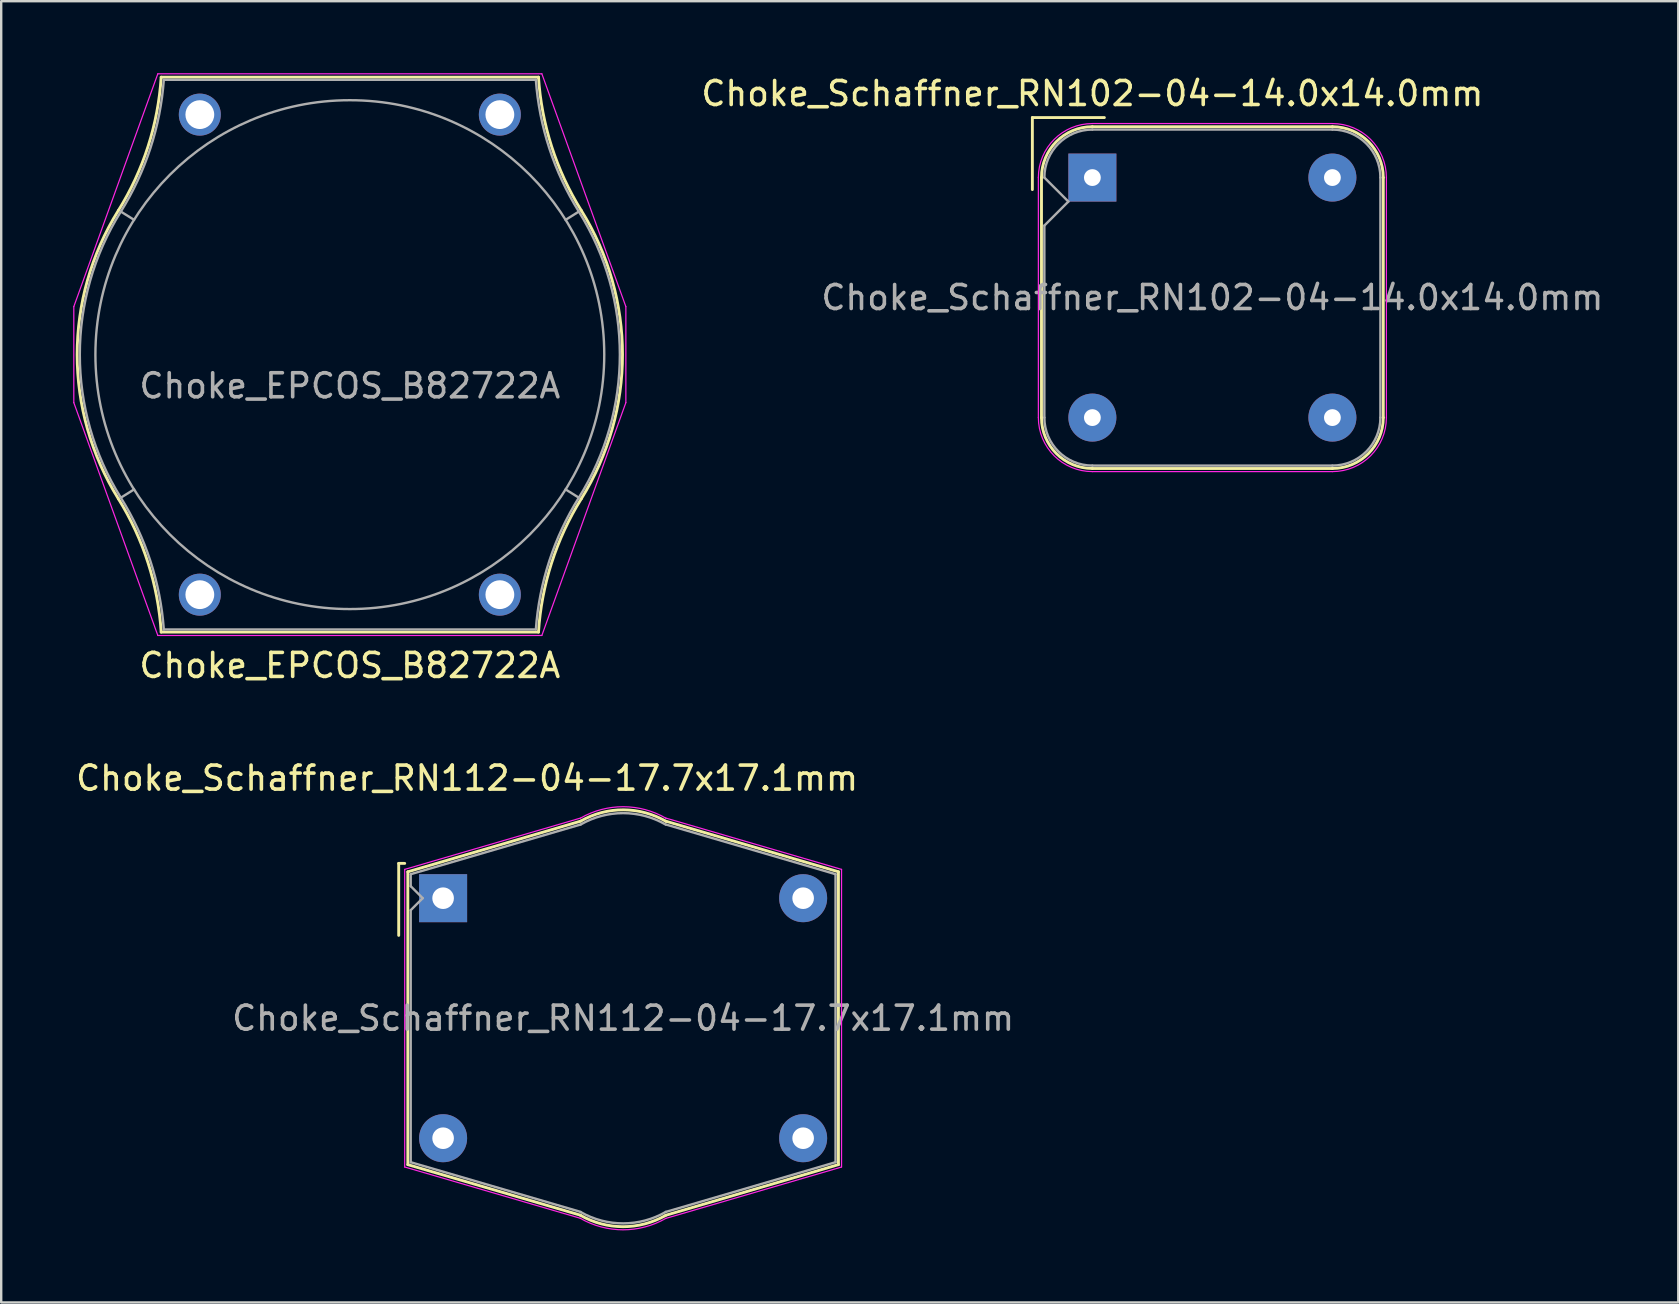
<source format=kicad_pcb>
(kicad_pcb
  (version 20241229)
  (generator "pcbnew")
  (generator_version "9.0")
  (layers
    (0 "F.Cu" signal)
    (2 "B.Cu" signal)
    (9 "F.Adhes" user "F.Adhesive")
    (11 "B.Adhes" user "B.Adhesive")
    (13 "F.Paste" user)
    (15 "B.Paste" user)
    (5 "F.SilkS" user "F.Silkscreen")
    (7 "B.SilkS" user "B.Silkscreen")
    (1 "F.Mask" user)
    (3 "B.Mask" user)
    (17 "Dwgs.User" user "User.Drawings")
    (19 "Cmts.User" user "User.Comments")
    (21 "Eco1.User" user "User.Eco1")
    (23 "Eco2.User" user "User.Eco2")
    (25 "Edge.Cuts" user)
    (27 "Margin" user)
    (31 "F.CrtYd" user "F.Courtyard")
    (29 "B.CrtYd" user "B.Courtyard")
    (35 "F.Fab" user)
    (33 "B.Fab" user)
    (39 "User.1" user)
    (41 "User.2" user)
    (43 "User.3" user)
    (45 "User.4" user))
  (footprint "Choke_EPCOS_B82722A"
    (layer "F.Cu")
    (at 5.275 21.725)
    (property "Reference" "Choke_EPCOS_B82722A" (at 6.25 2.95 180) (layer "F.SilkS") (effects (font (size 1 1) (thickness 0.15))))
    (attr through_hole)
    (fp_line (start -1.61 -21.56) (end 14.11 -21.56) (stroke (width 0.12) (type solid)) (layer "F.SilkS"))
    (fp_line (start -1.61 1.56) (end 14.11 1.56) (stroke (width 0.12) (type solid)) (layer "F.SilkS"))
    (fp_arc (start -3.392046 -3.993291) (mid -5.11 -10) (end -3.392046 -16.006709) (stroke (width 0.12) (type solid)) (layer "F.SilkS"))
    (fp_arc (start -3.392046 -3.993291) (mid -2.156889 -1.327078) (end -1.61 1.56) (stroke (width 0.12) (type solid)) (layer "F.SilkS"))
    (fp_arc (start -1.61 -21.56) (mid -2.156888 -18.672922) (end -3.392046 -16.006709) (stroke (width 0.12) (type solid)) (layer "F.SilkS"))
    (fp_arc (start 14.109999 1.56) (mid 14.656887 -1.327078) (end 15.892045 -3.993291) (stroke (width 0.12) (type solid)) (layer "F.SilkS"))
    (fp_arc (start 15.892045 -16.006709) (mid 17.609999 -10) (end 15.892045 -3.993291) (stroke (width 0.12) (type solid)) (layer "F.SilkS"))
    (fp_arc (start 15.892046 -16.00671) (mid 14.656889 -18.672923) (end 14.11 -21.56) (stroke (width 0.12) (type solid)) (layer "F.SilkS"))
    (fp_line (start -5.25 -12) (end -5.25 -8) (stroke (width 0.05) (type solid)) (layer "F.CrtYd"))
    (fp_line (start -5.25 -8) (end -1.75 1.7) (stroke (width 0.05) (type solid)) (layer "F.CrtYd"))
    (fp_line (start -1.75 -21.7) (end -5.25 -12) (stroke (width 0.05) (type solid)) (layer "F.CrtYd"))
    (fp_line (start -1.75 -21.7) (end 14.25 -21.7) (stroke (width 0.05) (type solid)) (layer "F.CrtYd"))
    (fp_line (start -1.75 1.7) (end 14.25 1.7) (stroke (width 0.05) (type solid)) (layer "F.CrtYd"))
    (fp_line (start 14.25 -21.7) (end 17.75 -12) (stroke (width 0.05) (type solid)) (layer "F.CrtYd"))
    (fp_line (start 17.75 -12) (end 17.75 -8) (stroke (width 0.05) (type solid)) (layer "F.CrtYd"))
    (fp_line (start 17.75 -8) (end 14.25 1.7) (stroke (width 0.05) (type solid)) (layer "F.CrtYd"))
    (fp_line (start -3.291 -4.04) (end -2.74 -4.384) (stroke (width 0.1) (type solid)) (layer "F.Fab"))
    (fp_line (start -2.74 -15.616) (end -3.291 -15.96) (stroke (width 0.1) (type solid)) (layer "F.Fab"))
    (fp_line (start -1.5 -21.45) (end 14 -21.45) (stroke (width 0.1) (type solid)) (layer "F.Fab"))
    (fp_line (start -1.5 1.45) (end 14 1.45) (stroke (width 0.1) (type solid)) (layer "F.Fab"))
    (fp_line (start 15.791 -15.96) (end 15.24 -15.616) (stroke (width 0.1) (type solid)) (layer "F.Fab"))
    (fp_line (start 15.791 -4.04) (end 15.24 -4.384) (stroke (width 0.1) (type solid)) (layer "F.Fab"))
    (fp_arc (start -3.29123 -4.039511) (mid -5 -10.000001) (end -3.291229 -15.96049) (stroke (width 0.1) (type solid)) (layer "F.Fab"))
    (fp_arc (start -3.291229 -4.03951) (mid -2.060501 -1.404103) (end -1.5 1.45) (stroke (width 0.1) (type solid)) (layer "F.Fab"))
    (fp_arc (start -1.499999 -21.45) (mid -2.0605 -18.595897) (end -3.291229 -15.96049) (stroke (width 0.1) (type solid)) (layer "F.Fab"))
    (fp_arc (start 14 1.449999) (mid 14.560501 -1.404104) (end 15.79123 -4.039511) (stroke (width 0.1) (type solid)) (layer "F.Fab"))
    (fp_arc (start 15.239959 -15.616106) (mid -2.739959 -4.383894) (end 15.239959 -15.616106) (stroke (width 0.1) (type solid)) (layer "F.Fab"))
    (fp_arc (start 15.791229 -15.960491) (mid 17.5 -10.000001) (end 15.79123 -4.039511) (stroke (width 0.1) (type solid)) (layer "F.Fab"))
    (fp_arc (start 15.79123 -15.96049) (mid 14.560501 -18.595897) (end 14 -21.45) (stroke (width 0.1) (type solid)) (layer "F.Fab"))
    (fp_text user "${REFERENCE}" (at 6.25 -8.7 0) (layer "F.Fab") (effects (font (size 1 1) (thickness 0.15))))
    (pad "1" thru_hole circle (at 0 0) (size 1.75 1.75) (drill 1.2) (layers "*.Cu" "*.Mask"))
    (pad "2" thru_hole circle (at 0 -20) (size 1.75 1.75) (drill 1.2) (layers "*.Cu" "*.Mask"))
    (pad "3" thru_hole circle (at 12.5 0) (size 1.75 1.75) (drill 1.2) (layers "*.Cu" "*.Mask"))
    (pad "4" thru_hole circle (at 12.5 -20) (size 1.75 1.75) (drill 1.2) (layers "*.Cu" "*.Mask")))
  (footprint "Choke_Schaffner_RN102-04-14.0x14.0mm"
    (layer "F.Cu")
    (at 42.461 4.348)
    (property "Reference" "Choke_Schaffner_RN102-04-14.0x14.0mm" (at 0 -3.5 0) (layer "F.SilkS") (effects (font (size 1 1) (thickness 0.15))))
    (attr through_hole)
    (fp_line (start -2.5 -2.5) (end -2.5 0.5) (stroke (width 0.12) (type solid)) (layer "F.SilkS"))
    (fp_line (start -2.5 -2.5) (end 0.5 -2.5) (stroke (width 0.12) (type solid)) (layer "F.SilkS"))
    (fp_line (start -2.12 10) (end -2.12 0) (stroke (width 0.12) (type solid)) (layer "F.SilkS"))
    (fp_line (start 0 -2.12) (end 10 -2.12) (stroke (width 0.12) (type solid)) (layer "F.SilkS"))
    (fp_line (start 10 12.12) (end 0 12.12) (stroke (width 0.12) (type solid)) (layer "F.SilkS"))
    (fp_line (start 12.12 0) (end 12.12 10) (stroke (width 0.12) (type solid)) (layer "F.SilkS"))
    (fp_arc (start -2.12 0) (mid -1.499066 -1.499066) (end 0 -2.12) (stroke (width 0.12) (type solid)) (layer "F.SilkS"))
    (fp_arc (start 0 12.12) (mid -1.499066 11.499066) (end -2.12 10) (stroke (width 0.12) (type solid)) (layer "F.SilkS"))
    (fp_arc (start 10 -2.12) (mid 11.499066 -1.499066) (end 12.12 0) (stroke (width 0.12) (type solid)) (layer "F.SilkS"))
    (fp_arc (start 12.12 10) (mid 11.499066 11.499066) (end 10 12.12) (stroke (width 0.12) (type solid)) (layer "F.SilkS"))
    (fp_line (start -2.25 10) (end -2.25 0) (stroke (width 0.05) (type solid)) (layer "F.CrtYd"))
    (fp_line (start 0 -2.25) (end 10 -2.25) (stroke (width 0.05) (type solid)) (layer "F.CrtYd"))
    (fp_line (start 10 12.25) (end 0 12.25) (stroke (width 0.05) (type solid)) (layer "F.CrtYd"))
    (fp_line (start 12.25 0) (end 12.25 10) (stroke (width 0.05) (type solid)) (layer "F.CrtYd"))
    (fp_arc (start -2.25 0) (mid -1.59099 -1.59099) (end 0 -2.25) (stroke (width 0.05) (type solid)) (layer "F.CrtYd"))
    (fp_arc (start 0 12.25) (mid -1.59099 11.59099) (end -2.25 10) (stroke (width 0.05) (type solid)) (layer "F.CrtYd"))
    (fp_arc (start 10 -2.25) (mid 11.59099 -1.59099) (end 12.25 0) (stroke (width 0.05) (type solid)) (layer "F.CrtYd"))
    (fp_arc (start 12.25 10) (mid 11.59099 11.59099) (end 10 12.25) (stroke (width 0.05) (type solid)) (layer "F.CrtYd"))
    (fp_line (start -2 2) (end -1 1) (stroke (width 0.1) (type solid)) (layer "F.Fab"))
    (fp_line (start -2 10) (end -2 2) (stroke (width 0.1) (type solid)) (layer "F.Fab"))
    (fp_line (start -1 1) (end -2 0) (stroke (width 0.1) (type solid)) (layer "F.Fab"))
    (fp_line (start 0 -2) (end 10 -2) (stroke (width 0.1) (type solid)) (layer "F.Fab"))
    (fp_line (start 10 12) (end 0 12) (stroke (width 0.1) (type solid)) (layer "F.Fab"))
    (fp_line (start 12 0) (end 12 10) (stroke (width 0.1) (type solid)) (layer "F.Fab"))
    (fp_arc (start -2 0) (mid -1.414214 -1.414214) (end 0 -2) (stroke (width 0.1) (type solid)) (layer "F.Fab"))
    (fp_arc (start 0 12) (mid -1.414214 11.414214) (end -2 10) (stroke (width 0.1) (type solid)) (layer "F.Fab"))
    (fp_arc (start 10 -2) (mid 11.414214 -1.414214) (end 12 0) (stroke (width 0.1) (type solid)) (layer "F.Fab"))
    (fp_arc (start 12 10) (mid 11.414214 11.414214) (end 10 12) (stroke (width 0.1) (type solid)) (layer "F.Fab"))
    (fp_text user "${REFERENCE}" (at 5 5 0) (layer "F.Fab") (effects (font (size 1 1) (thickness 0.15))))
    (pad "1" thru_hole rect (at 0 0) (size 2 2) (drill 0.7) (layers "*.Cu" "*.Mask"))
    (pad "2" thru_hole circle (at 10 0) (size 2 2) (drill 0.7) (layers "*.Cu" "*.Mask"))
    (pad "3" thru_hole circle (at 0 10) (size 2 2) (drill 0.7) (layers "*.Cu" "*.Mask"))
    (pad "4" thru_hole circle (at 10 10) (size 2 2) (drill 0.7) (layers "*.Cu" "*.Mask")))
  (footprint "Choke_Schaffner_RN112-04-17.7x17.1mm"
    (layer "F.Cu")
    (at 15.411 34.371)
    (property "Reference" "Choke_Schaffner_RN112-04-17.7x17.1mm" (at 1 -5 0) (layer "F.SilkS") (effects (font (size 1 1) (thickness 0.15))))
    (attr through_hole)
    (fp_line (start -1.85 -1.45) (end -1.85 1.55) (stroke (width 0.12) (type solid)) (layer "F.SilkS"))
    (fp_line (start -1.85 -1.45) (end -1.6 -1.45) (stroke (width 0.12) (type solid)) (layer "F.SilkS"))
    (fp_line (start -1.47 -1.1) (end 5.73 -3.21) (stroke (width 0.12) (type solid)) (layer "F.SilkS"))
    (fp_line (start -1.47 11.1) (end -1.47 -1.1) (stroke (width 0.12) (type solid)) (layer "F.SilkS"))
    (fp_line (start 5.73 13.21) (end -1.47 11.1) (stroke (width 0.12) (type solid)) (layer "F.SilkS"))
    (fp_line (start 9.27 -3.21) (end 16.47 -1.1) (stroke (width 0.12) (type solid)) (layer "F.SilkS"))
    (fp_line (start 16.47 -1.1) (end 16.47 11.1) (stroke (width 0.12) (type solid)) (layer "F.SilkS"))
    (fp_line (start 16.47 11.1) (end 9.28 13.21) (stroke (width 0.12) (type solid)) (layer "F.SilkS"))
    (fp_arc (start 5.73 -3.21) (mid 7.512135 -3.681018) (end 9.291018 -3.197865) (stroke (width 0.12) (type solid)) (layer "F.SilkS"))
    (fp_arc (start 9.28 13.21) (mid 7.496525 13.686018) (end 5.713982 13.206525) (stroke (width 0.12) (type solid)) (layer "F.SilkS"))
    (fp_line (start -1.6 -1.2) (end 5.73 -3.34) (stroke (width 0.05) (type solid)) (layer "F.CrtYd"))
    (fp_line (start -1.6 11.2) (end -1.6 -1.2) (stroke (width 0.05) (type solid)) (layer "F.CrtYd"))
    (fp_line (start 5.73 13.34) (end -1.6 11.2) (stroke (width 0.05) (type solid)) (layer "F.CrtYd"))
    (fp_line (start 9.27 -3.34) (end 16.6 -1.2) (stroke (width 0.05) (type solid)) (layer "F.CrtYd"))
    (fp_line (start 16.6 -1.2) (end 16.6 11.2) (stroke (width 0.05) (type solid)) (layer "F.CrtYd"))
    (fp_line (start 16.6 11.2) (end 9.28 13.34) (stroke (width 0.05) (type solid)) (layer "F.CrtYd"))
    (fp_arc (start 5.73 -3.34) (mid 7.512135 -3.811018) (end 9.291018 -3.327865) (stroke (width 0.05) (type solid)) (layer "F.CrtYd"))
    (fp_arc (start 9.28 13.34) (mid 7.496525 13.816018) (end 5.713982 13.336525) (stroke (width 0.05) (type solid)) (layer "F.CrtYd"))
    (fp_line (start -1.35 -1) (end 5.73 -3.07) (stroke (width 0.1) (type solid)) (layer "F.Fab"))
    (fp_line (start -1.35 -0.5) (end -1.35 -1) (stroke (width 0.1) (type solid)) (layer "F.Fab"))
    (fp_line (start -1.35 0.5) (end -0.85 0) (stroke (width 0.1) (type solid)) (layer "F.Fab"))
    (fp_line (start -1.35 11) (end -1.35 0.5) (stroke (width 0.1) (type solid)) (layer "F.Fab"))
    (fp_line (start -0.85 0) (end -1.35 -0.5) (stroke (width 0.1) (type solid)) (layer "F.Fab"))
    (fp_line (start 5.73 13.07) (end -1.35 11) (stroke (width 0.1) (type solid)) (layer "F.Fab"))
    (fp_line (start 9.28 -3.07) (end 16.35 -1) (stroke (width 0.1) (type solid)) (layer "F.Fab"))
    (fp_line (start 16.35 -1) (end 16.35 11) (stroke (width 0.1) (type solid)) (layer "F.Fab"))
    (fp_line (start 16.35 11) (end 9.28 13.07) (stroke (width 0.1) (type solid)) (layer "F.Fab"))
    (fp_arc (start 5.73 -3.07) (mid 7.502135 -3.543698) (end 9.273698 -3.067865) (stroke (width 0.1) (type solid)) (layer "F.Fab"))
    (fp_arc (start 9.28 13.07) (mid 7.506525 13.548698) (end 5.731302 13.076525) (stroke (width 0.1) (type solid)) (layer "F.Fab"))
    (fp_text user "${REFERENCE}" (at 7.5 5 0) (layer "F.Fab") (effects (font (size 1 1) (thickness 0.15))))
    (pad "1" thru_hole rect (at 0 0) (size 2 2) (drill 0.9) (layers "*.Cu" "*.Mask"))
    (pad "2" thru_hole circle (at 15 0) (size 2 2) (drill 0.9) (layers "*.Cu" "*.Mask"))
    (pad "3" thru_hole circle (at 0 10) (size 2 2) (drill 0.9) (layers "*.Cu" "*.Mask"))
    (pad "4" thru_hole circle (at 15 10) (size 2 2) (drill 0.9) (layers "*.Cu" "*.Mask")))
  (gr_rect
    (start -3 -3)
    (end 66.871 51.213)
    (stroke (width 0.1) (type default))
    (fill no)
    (layer "Edge.Cuts")))
</source>
